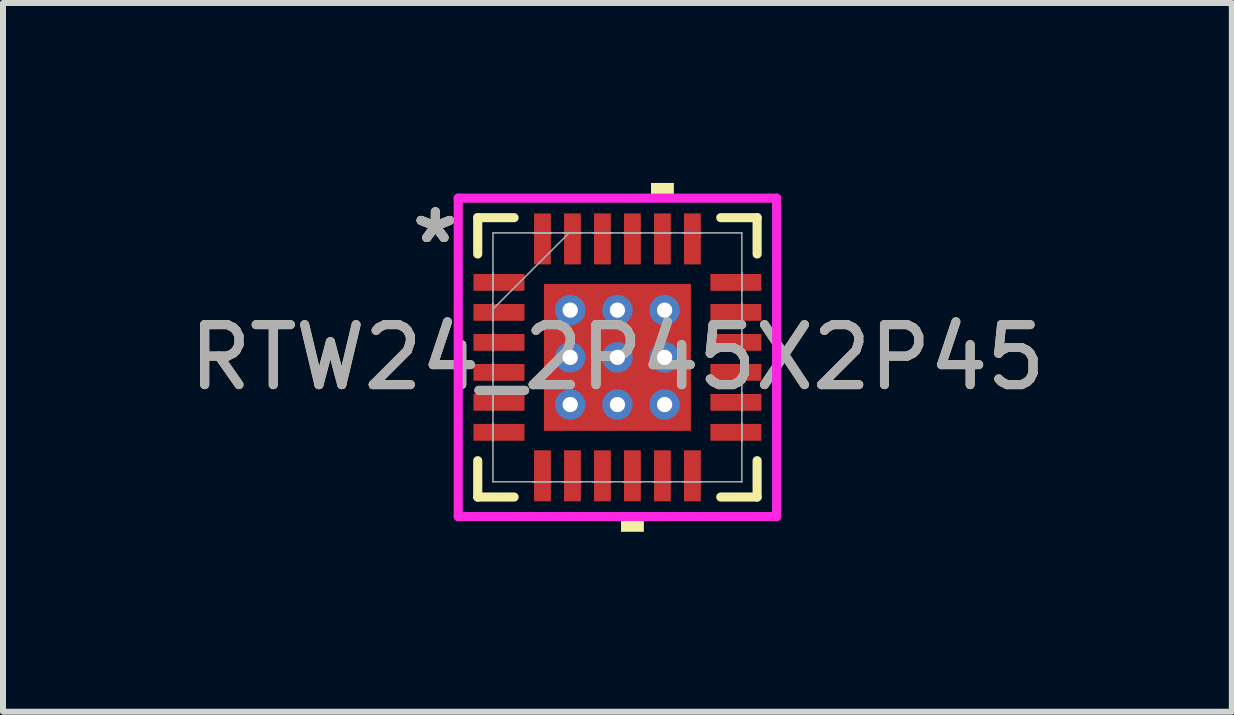
<source format=kicad_pcb>
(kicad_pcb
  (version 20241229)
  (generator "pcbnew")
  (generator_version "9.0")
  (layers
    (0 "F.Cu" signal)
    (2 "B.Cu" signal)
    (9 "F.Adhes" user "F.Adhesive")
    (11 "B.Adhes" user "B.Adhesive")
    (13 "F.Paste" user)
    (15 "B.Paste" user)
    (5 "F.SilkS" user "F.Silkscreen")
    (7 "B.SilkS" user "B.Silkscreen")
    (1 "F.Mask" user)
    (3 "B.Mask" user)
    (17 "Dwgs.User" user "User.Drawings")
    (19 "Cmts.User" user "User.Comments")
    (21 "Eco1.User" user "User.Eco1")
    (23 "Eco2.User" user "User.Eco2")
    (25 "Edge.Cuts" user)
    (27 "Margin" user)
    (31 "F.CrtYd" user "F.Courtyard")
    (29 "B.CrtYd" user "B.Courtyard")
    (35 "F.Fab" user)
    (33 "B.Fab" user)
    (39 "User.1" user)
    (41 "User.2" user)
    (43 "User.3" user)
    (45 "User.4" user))
  (footprint "RTW24_2P45X2P45"
    (layer "F.Cu")
    (at 7.244 2.908)
    (property "Reference" "RTW24_2P45X2P45" (at 0 0 0) (unlocked yes) (layer "F.SilkS") (effects (font (size 1 1) (thickness 0.15))))
    (attr smd)
    (fp_poly (pts (xy -2.47 -1.46) (xy -2.47 -1.04) (xy -1.48 -1.04) (xy -1.48 -1.46)) (stroke (width 0) (type solid)) (fill yes) (layer "F.Mask"))
    (fp_poly (pts (xy -2.47 -0.96) (xy -2.47 -0.54) (xy -1.48 -0.54) (xy -1.48 -0.96)) (stroke (width 0) (type solid)) (fill yes) (layer "F.Mask"))
    (fp_poly (pts (xy -2.47 -0.46) (xy -2.47 -0.04) (xy -1.48 -0.04) (xy -1.48 -0.46)) (stroke (width 0) (type solid)) (fill yes) (layer "F.Mask"))
    (fp_poly (pts (xy -2.47 0.04) (xy -2.47 0.46) (xy -1.48 0.46) (xy -1.48 0.04)) (stroke (width 0) (type solid)) (fill yes) (layer "F.Mask"))
    (fp_poly (pts (xy -2.47 0.54) (xy -2.47 0.96) (xy -1.48 0.96) (xy -1.48 0.54)) (stroke (width 0) (type solid)) (fill yes) (layer "F.Mask"))
    (fp_poly (pts (xy -2.47 1.04) (xy -2.47 1.46) (xy -1.48 1.46) (xy -1.48 1.04)) (stroke (width 0) (type solid)) (fill yes) (layer "F.Mask"))
    (fp_poly (pts (xy -1.46 -2.47) (xy -1.46 -1.48) (xy -1.04 -1.48) (xy -1.04 -2.47)) (stroke (width 0) (type solid)) (fill yes) (layer "F.Mask"))
    (fp_poly (pts (xy -1.46 1.48) (xy -1.46 2.47) (xy -1.04 2.47) (xy -1.04 1.48)) (stroke (width 0) (type solid)) (fill yes) (layer "F.Mask"))
    (fp_poly (pts (xy -1.288 -1.288) (xy -0.987 -1.288) (xy -0.987 1.288) (xy -1.288 1.288)) (stroke (width 0) (type solid)) (fill yes) (layer "F.Mask"))
    (fp_poly (pts (xy -1.288 -1.288) (xy 1.288 -1.288) (xy 1.288 -0.987) (xy -1.288 -0.987)) (stroke (width 0) (type solid)) (fill yes) (layer "F.Mask"))
    (fp_poly (pts (xy -1.288 -0.587) (xy 1.288 -0.587) (xy 1.288 -0.2) (xy -1.288 -0.2)) (stroke (width 0) (type solid)) (fill yes) (layer "F.Mask"))
    (fp_poly (pts (xy -1.288 0.2) (xy 1.288 0.2) (xy 1.288 0.587) (xy -1.288 0.587)) (stroke (width 0) (type solid)) (fill yes) (layer "F.Mask"))
    (fp_poly (pts (xy -1.288 0.987) (xy 1.288 0.987) (xy 1.288 1.288) (xy -1.288 1.288)) (stroke (width 0) (type solid)) (fill yes) (layer "F.Mask"))
    (fp_poly (pts (xy -0.96 -2.47) (xy -0.96 -1.48) (xy -0.54 -1.48) (xy -0.54 -2.47)) (stroke (width 0) (type solid)) (fill yes) (layer "F.Mask"))
    (fp_poly (pts (xy -0.96 1.48) (xy -0.96 2.47) (xy -0.54 2.47) (xy -0.54 1.48)) (stroke (width 0) (type solid)) (fill yes) (layer "F.Mask"))
    (fp_poly (pts (xy -0.46 -2.47) (xy -0.46 -1.48) (xy -0.04 -1.48) (xy -0.04 -2.47)) (stroke (width 0) (type solid)) (fill yes) (layer "F.Mask"))
    (fp_poly (pts (xy -0.46 1.48) (xy -0.46 2.47) (xy -0.04 2.47) (xy -0.04 1.48)) (stroke (width 0) (type solid)) (fill yes) (layer "F.Mask"))
    (fp_poly (pts (xy -0.2 -1.288) (xy -0.587 -1.288) (xy -0.587 1.288) (xy -0.2 1.288)) (stroke (width 0) (type solid)) (fill yes) (layer "F.Mask"))
    (fp_poly (pts (xy 0.04 -2.47) (xy 0.04 -1.48) (xy 0.46 -1.48) (xy 0.46 -2.47)) (stroke (width 0) (type solid)) (fill yes) (layer "F.Mask"))
    (fp_poly (pts (xy 0.04 1.48) (xy 0.04 2.47) (xy 0.46 2.47) (xy 0.46 1.48)) (stroke (width 0) (type solid)) (fill yes) (layer "F.Mask"))
    (fp_poly (pts (xy 0.54 -2.47) (xy 0.54 -1.48) (xy 0.96 -1.48) (xy 0.96 -2.47)) (stroke (width 0) (type solid)) (fill yes) (layer "F.Mask"))
    (fp_poly (pts (xy 0.54 1.48) (xy 0.54 2.47) (xy 0.96 2.47) (xy 0.96 1.48)) (stroke (width 0) (type solid)) (fill yes) (layer "F.Mask"))
    (fp_poly (pts (xy 0.587 -1.288) (xy 0.2 -1.288) (xy 0.2 1.288) (xy 0.587 1.288)) (stroke (width 0) (type solid)) (fill yes) (layer "F.Mask"))
    (fp_poly (pts (xy 0.987 -1.288) (xy 1.288 -1.288) (xy 1.288 1.288) (xy 0.987 1.288)) (stroke (width 0) (type solid)) (fill yes) (layer "F.Mask"))
    (fp_poly (pts (xy 1.04 -2.47) (xy 1.04 -1.48) (xy 1.46 -1.48) (xy 1.46 -2.47)) (stroke (width 0) (type solid)) (fill yes) (layer "F.Mask"))
    (fp_poly (pts (xy 1.04 1.48) (xy 1.04 2.47) (xy 1.46 2.47) (xy 1.46 1.48)) (stroke (width 0) (type solid)) (fill yes) (layer "F.Mask"))
    (fp_poly (pts (xy 1.48 -1.46) (xy 1.48 -1.04) (xy 2.47 -1.04) (xy 2.47 -1.46)) (stroke (width 0) (type solid)) (fill yes) (layer "F.Mask"))
    (fp_poly (pts (xy 1.48 -0.96) (xy 1.48 -0.54) (xy 2.47 -0.54) (xy 2.47 -0.96)) (stroke (width 0) (type solid)) (fill yes) (layer "F.Mask"))
    (fp_poly (pts (xy 1.48 -0.46) (xy 1.48 -0.04) (xy 2.47 -0.04) (xy 2.47 -0.46)) (stroke (width 0) (type solid)) (fill yes) (layer "F.Mask"))
    (fp_poly (pts (xy 1.48 0.04) (xy 1.48 0.46) (xy 2.47 0.46) (xy 2.47 0.04)) (stroke (width 0) (type solid)) (fill yes) (layer "F.Mask"))
    (fp_poly (pts (xy 1.48 0.54) (xy 1.48 0.96) (xy 2.47 0.96) (xy 2.47 0.54)) (stroke (width 0) (type solid)) (fill yes) (layer "F.Mask"))
    (fp_poly (pts (xy 1.48 1.04) (xy 1.48 1.46) (xy 2.47 1.46) (xy 2.47 1.04)) (stroke (width 0) (type solid)) (fill yes) (layer "F.Mask"))
    (fp_line (start -2.329 -2.329) (end -2.329 -1.723) (stroke (width 0.152) (type solid)) (layer "F.SilkS"))
    (fp_line (start -2.329 1.723) (end -2.329 2.329) (stroke (width 0.152) (type solid)) (layer "F.SilkS"))
    (fp_line (start -2.329 2.329) (end -1.723 2.329) (stroke (width 0.152) (type solid)) (layer "F.SilkS"))
    (fp_line (start -1.723 -2.329) (end -2.329 -2.329) (stroke (width 0.152) (type solid)) (layer "F.SilkS"))
    (fp_line (start 1.723 2.329) (end 2.329 2.329) (stroke (width 0.152) (type solid)) (layer "F.SilkS"))
    (fp_line (start 2.329 -2.329) (end 1.723 -2.329) (stroke (width 0.152) (type solid)) (layer "F.SilkS"))
    (fp_line (start 2.329 -1.723) (end 2.329 -2.329) (stroke (width 0.152) (type solid)) (layer "F.SilkS"))
    (fp_line (start 2.329 2.329) (end 2.329 1.723) (stroke (width 0.152) (type solid)) (layer "F.SilkS"))
    (fp_poly (pts (xy 0.06 2.654) (xy 0.06 2.908) (xy 0.441 2.908) (xy 0.441 2.654)) (stroke (width 0) (type solid)) (fill yes) (layer "F.SilkS"))
    (fp_poly (pts (xy 0.56 -2.654) (xy 0.56 -2.908) (xy 0.941 -2.908) (xy 0.941 -2.654)) (stroke (width 0) (type solid)) (fill yes) (layer "F.SilkS"))
    (fp_poly (pts (xy -2.375 -1.365) (xy -2.375 -1.135) (xy -1.575 -1.135) (xy -1.575 -1.365)) (stroke (width 0) (type solid)) (fill yes) (layer "F.Paste"))
    (fp_poly (pts (xy -2.375 -0.865) (xy -2.375 -0.635) (xy -1.575 -0.635) (xy -1.575 -0.865)) (stroke (width 0) (type solid)) (fill yes) (layer "F.Paste"))
    (fp_poly (pts (xy -2.375 -0.365) (xy -2.375 -0.135) (xy -1.575 -0.135) (xy -1.575 -0.365)) (stroke (width 0) (type solid)) (fill yes) (layer "F.Paste"))
    (fp_poly (pts (xy -2.375 0.135) (xy -2.375 0.365) (xy -1.575 0.365) (xy -1.575 0.135)) (stroke (width 0) (type solid)) (fill yes) (layer "F.Paste"))
    (fp_poly (pts (xy -2.375 0.635) (xy -2.375 0.865) (xy -1.575 0.865) (xy -1.575 0.635)) (stroke (width 0) (type solid)) (fill yes) (layer "F.Paste"))
    (fp_poly (pts (xy -2.375 1.135) (xy -2.375 1.365) (xy -1.575 1.365) (xy -1.575 1.135)) (stroke (width 0) (type solid)) (fill yes) (layer "F.Paste"))
    (fp_poly (pts (xy -1.365 -2.375) (xy -1.365 -1.575) (xy -1.135 -1.575) (xy -1.135 -2.375)) (stroke (width 0) (type solid)) (fill yes) (layer "F.Paste"))
    (fp_poly (pts (xy -1.365 1.575) (xy -1.365 2.375) (xy -1.135 2.375) (xy -1.135 1.575)) (stroke (width 0) (type solid)) (fill yes) (layer "F.Paste"))
    (fp_poly (pts (xy -0.865 -2.375) (xy -0.865 -1.575) (xy -0.635 -1.575) (xy -0.635 -2.375)) (stroke (width 0) (type solid)) (fill yes) (layer "F.Paste"))
    (fp_poly (pts (xy -0.865 1.575) (xy -0.865 2.375) (xy -0.635 2.375) (xy -0.635 1.575)) (stroke (width 0) (type solid)) (fill yes) (layer "F.Paste"))
    (fp_poly (pts (xy -0.365 -2.375) (xy -0.365 -1.575) (xy -0.135 -1.575) (xy -0.135 -2.375)) (stroke (width 0) (type solid)) (fill yes) (layer "F.Paste"))
    (fp_poly (pts (xy -0.365 1.575) (xy -0.365 2.375) (xy -0.135 2.375) (xy -0.135 1.575)) (stroke (width 0) (type solid)) (fill yes) (layer "F.Paste"))
    (fp_poly (pts (xy 0.135 -2.375) (xy 0.135 -1.575) (xy 0.365 -1.575) (xy 0.365 -2.375)) (stroke (width 0) (type solid)) (fill yes) (layer "F.Paste"))
    (fp_poly (pts (xy 0.135 1.575) (xy 0.135 2.375) (xy 0.365 2.375) (xy 0.365 1.575)) (stroke (width 0) (type solid)) (fill yes) (layer "F.Paste"))
    (fp_poly (pts (xy 0.635 -2.375) (xy 0.635 -1.575) (xy 0.865 -1.575) (xy 0.865 -2.375)) (stroke (width 0) (type solid)) (fill yes) (layer "F.Paste"))
    (fp_poly (pts (xy 0.635 1.575) (xy 0.635 2.375) (xy 0.865 2.375) (xy 0.865 1.575)) (stroke (width 0) (type solid)) (fill yes) (layer "F.Paste"))
    (fp_poly (pts (xy 1.135 -2.375) (xy 1.135 -1.575) (xy 1.365 -1.575) (xy 1.365 -2.375)) (stroke (width 0) (type solid)) (fill yes) (layer "F.Paste"))
    (fp_poly (pts (xy 1.135 1.575) (xy 1.135 2.375) (xy 1.365 2.375) (xy 1.365 1.575)) (stroke (width 0) (type solid)) (fill yes) (layer "F.Paste"))
    (fp_poly (pts (xy 1.575 -1.365) (xy 1.575 -1.135) (xy 2.375 -1.135) (xy 2.375 -1.365)) (stroke (width 0) (type solid)) (fill yes) (layer "F.Paste"))
    (fp_poly (pts (xy 1.575 -0.865) (xy 1.575 -0.635) (xy 2.375 -0.635) (xy 2.375 -0.865)) (stroke (width 0) (type solid)) (fill yes) (layer "F.Paste"))
    (fp_poly (pts (xy 1.575 -0.365) (xy 1.575 -0.135) (xy 2.375 -0.135) (xy 2.375 -0.365)) (stroke (width 0) (type solid)) (fill yes) (layer "F.Paste"))
    (fp_poly (pts (xy 1.575 0.135) (xy 1.575 0.365) (xy 2.375 0.365) (xy 2.375 0.135)) (stroke (width 0) (type solid)) (fill yes) (layer "F.Paste"))
    (fp_poly (pts (xy 1.575 0.635) (xy 1.575 0.865) (xy 2.375 0.865) (xy 2.375 0.635)) (stroke (width 0) (type solid)) (fill yes) (layer "F.Paste"))
    (fp_poly (pts (xy 1.575 1.135) (xy 1.575 1.365) (xy 2.375 1.365) (xy 2.375 1.135)) (stroke (width 0) (type solid)) (fill yes) (layer "F.Paste"))
    (fp_poly (pts (xy -1.15 -1.15) (xy -1.15 -0.887) (xy -1.029 -0.887) (xy -0.887 -1.029) (xy -0.887 -1.15)) (stroke (width 0) (type solid)) (fill yes) (layer "F.Paste"))
    (fp_poly (pts (xy -1.15 0.887) (xy -1.15 1.15) (xy -0.887 1.15) (xy -0.887 1.029) (xy -1.029 0.887)) (stroke (width 0) (type solid)) (fill yes) (layer "F.Paste"))
    (fp_poly (pts (xy 0.887 -1.15) (xy 0.887 -1.029) (xy 1.029 -0.887) (xy 1.15 -0.887) (xy 1.15 -1.15)) (stroke (width 0) (type solid)) (fill yes) (layer "F.Paste"))
    (fp_poly (pts (xy 1.029 0.887) (xy 0.887 1.029) (xy 0.887 1.15) (xy 1.15 1.15) (xy 1.15 0.887)) (stroke (width 0) (type solid)) (fill yes) (layer "F.Paste"))
    (fp_poly (pts (xy -1.15 -0.687) (xy -1.15 -0.1) (xy -1.029 -0.1) (xy -0.887 -0.241) (xy -0.887 -0.546) (xy -1.029 -0.687)) (stroke (width 0) (type solid)) (fill yes) (layer "F.Paste"))
    (fp_poly (pts (xy -1.15 0.1) (xy -1.15 0.687) (xy -1.029 0.687) (xy -0.887 0.546) (xy -0.887 0.241) (xy -1.029 0.1)) (stroke (width 0) (type solid)) (fill yes) (layer "F.Paste"))
    (fp_poly (pts (xy -0.687 -1.15) (xy -0.687 -1.029) (xy -0.546 -0.887) (xy -0.241 -0.887) (xy -0.1 -1.029) (xy -0.1 -1.15)) (stroke (width 0) (type solid)) (fill yes) (layer "F.Paste"))
    (fp_poly (pts (xy -0.546 0.887) (xy -0.687 1.029) (xy -0.687 1.15) (xy -0.1 1.15) (xy -0.1 1.029) (xy -0.241 0.887)) (stroke (width 0) (type solid)) (fill yes) (layer "F.Paste"))
    (fp_poly (pts (xy 0.1 -1.15) (xy 0.1 -1.029) (xy 0.241 -0.887) (xy 0.546 -0.887) (xy 0.687 -1.029) (xy 0.687 -1.15)) (stroke (width 0) (type solid)) (fill yes) (layer "F.Paste"))
    (fp_poly (pts (xy 0.241 0.887) (xy 0.1 1.029) (xy 0.1 1.15) (xy 0.687 1.15) (xy 0.687 1.029) (xy 0.546 0.887)) (stroke (width 0) (type solid)) (fill yes) (layer "F.Paste"))
    (fp_poly (pts (xy 1.029 -0.687) (xy 0.887 -0.546) (xy 0.887 -0.241) (xy 1.029 -0.1) (xy 1.15 -0.1) (xy 1.15 -0.687)) (stroke (width 0) (type solid)) (fill yes) (layer "F.Paste"))
    (fp_poly (pts (xy 1.029 0.1) (xy 0.887 0.241) (xy 0.887 0.546) (xy 1.029 0.687) (xy 1.15 0.687) (xy 1.15 0.1)) (stroke (width 0) (type solid)) (fill yes) (layer "F.Paste"))
    (fp_poly (pts (xy -0.546 -0.687) (xy -0.687 -0.546) (xy -0.687 -0.241) (xy -0.546 -0.1) (xy -0.241 -0.1) (xy -0.1 -0.241) (xy -0.1 -0.546) (xy -0.241 -0.687)) (stroke (width 0) (type solid)) (fill yes) (layer "F.Paste"))
    (fp_poly (pts (xy -0.546 0.1) (xy -0.687 0.241) (xy -0.687 0.546) (xy -0.546 0.687) (xy -0.241 0.687) (xy -0.1 0.546) (xy -0.1 0.241) (xy -0.241 0.1)) (stroke (width 0) (type solid)) (fill yes) (layer "F.Paste"))
    (fp_poly (pts (xy 0.241 -0.687) (xy 0.1 -0.546) (xy 0.1 -0.241) (xy 0.241 -0.1) (xy 0.546 -0.1) (xy 0.687 -0.241) (xy 0.687 -0.546) (xy 0.546 -0.687)) (stroke (width 0) (type solid)) (fill yes) (layer "F.Paste"))
    (fp_poly (pts (xy 0.241 0.1) (xy 0.1 0.241) (xy 0.1 0.546) (xy 0.241 0.687) (xy 0.546 0.687) (xy 0.687 0.546) (xy 0.687 0.241) (xy 0.546 0.1)) (stroke (width 0) (type solid)) (fill yes) (layer "F.Paste"))
    (fp_line (start -2.654 -2.654) (end 2.654 -2.654) (stroke (width 0.152) (type solid)) (layer "F.CrtYd"))
    (fp_line (start -2.654 2.654) (end -2.654 -2.654) (stroke (width 0.152) (type solid)) (layer "F.CrtYd"))
    (fp_line (start 2.654 -2.654) (end 2.654 2.654) (stroke (width 0.152) (type solid)) (layer "F.CrtYd"))
    (fp_line (start 2.654 2.654) (end -2.654 2.654) (stroke (width 0.152) (type solid)) (layer "F.CrtYd"))
    (fp_line (start -2.075 -2.075) (end -2.075 2.075) (stroke (width 0.025) (type solid)) (layer "F.Fab"))
    (fp_line (start -2.075 -1.4) (end -2.075 -1.4) (stroke (width 0.025) (type solid)) (layer "F.Fab"))
    (fp_line (start -2.075 -1.4) (end -2.075 -1.1) (stroke (width 0.025) (type solid)) (layer "F.Fab"))
    (fp_line (start -2.075 -1.1) (end -2.075 -1.4) (stroke (width 0.025) (type solid)) (layer "F.Fab"))
    (fp_line (start -2.075 -1.1) (end -2.075 -1.1) (stroke (width 0.025) (type solid)) (layer "F.Fab"))
    (fp_line (start -2.075 -0.9) (end -2.075 -0.9) (stroke (width 0.025) (type solid)) (layer "F.Fab"))
    (fp_line (start -2.075 -0.9) (end -2.075 -0.6) (stroke (width 0.025) (type solid)) (layer "F.Fab"))
    (fp_line (start -2.075 -0.805) (end -0.805 -2.075) (stroke (width 0.025) (type solid)) (layer "F.Fab"))
    (fp_line (start -2.075 -0.6) (end -2.075 -0.9) (stroke (width 0.025) (type solid)) (layer "F.Fab"))
    (fp_line (start -2.075 -0.6) (end -2.075 -0.6) (stroke (width 0.025) (type solid)) (layer "F.Fab"))
    (fp_line (start -2.075 -0.4) (end -2.075 -0.4) (stroke (width 0.025) (type solid)) (layer "F.Fab"))
    (fp_line (start -2.075 -0.4) (end -2.075 -0.1) (stroke (width 0.025) (type solid)) (layer "F.Fab"))
    (fp_line (start -2.075 -0.1) (end -2.075 -0.4) (stroke (width 0.025) (type solid)) (layer "F.Fab"))
    (fp_line (start -2.075 -0.1) (end -2.075 -0.1) (stroke (width 0.025) (type solid)) (layer "F.Fab"))
    (fp_line (start -2.075 0.1) (end -2.075 0.1) (stroke (width 0.025) (type solid)) (layer "F.Fab"))
    (fp_line (start -2.075 0.1) (end -2.075 0.4) (stroke (width 0.025) (type solid)) (layer "F.Fab"))
    (fp_line (start -2.075 0.4) (end -2.075 0.1) (stroke (width 0.025) (type solid)) (layer "F.Fab"))
    (fp_line (start -2.075 0.4) (end -2.075 0.4) (stroke (width 0.025) (type solid)) (layer "F.Fab"))
    (fp_line (start -2.075 0.6) (end -2.075 0.6) (stroke (width 0.025) (type solid)) (layer "F.Fab"))
    (fp_line (start -2.075 0.6) (end -2.075 0.9) (stroke (width 0.025) (type solid)) (layer "F.Fab"))
    (fp_line (start -2.075 0.9) (end -2.075 0.6) (stroke (width 0.025) (type solid)) (layer "F.Fab"))
    (fp_line (start -2.075 0.9) (end -2.075 0.9) (stroke (width 0.025) (type solid)) (layer "F.Fab"))
    (fp_line (start -2.075 1.1) (end -2.075 1.1) (stroke (width 0.025) (type solid)) (layer "F.Fab"))
    (fp_line (start -2.075 1.1) (end -2.075 1.4) (stroke (width 0.025) (type solid)) (layer "F.Fab"))
    (fp_line (start -2.075 1.4) (end -2.075 1.1) (stroke (width 0.025) (type solid)) (layer "F.Fab"))
    (fp_line (start -2.075 1.4) (end -2.075 1.4) (stroke (width 0.025) (type solid)) (layer "F.Fab"))
    (fp_line (start -2.075 2.075) (end 2.075 2.075) (stroke (width 0.025) (type solid)) (layer "F.Fab"))
    (fp_line (start -1.4 -2.075) (end -1.4 -2.075) (stroke (width 0.025) (type solid)) (layer "F.Fab"))
    (fp_line (start -1.4 -2.075) (end -1.1 -2.075) (stroke (width 0.025) (type solid)) (layer "F.Fab"))
    (fp_line (start -1.4 2.075) (end -1.4 2.075) (stroke (width 0.025) (type solid)) (layer "F.Fab"))
    (fp_line (start -1.4 2.075) (end -1.1 2.075) (stroke (width 0.025) (type solid)) (layer "F.Fab"))
    (fp_line (start -1.1 -2.075) (end -1.4 -2.075) (stroke (width 0.025) (type solid)) (layer "F.Fab"))
    (fp_line (start -1.1 -2.075) (end -1.1 -2.075) (stroke (width 0.025) (type solid)) (layer "F.Fab"))
    (fp_line (start -1.1 2.075) (end -1.4 2.075) (stroke (width 0.025) (type solid)) (layer "F.Fab"))
    (fp_line (start -1.1 2.075) (end -1.1 2.075) (stroke (width 0.025) (type solid)) (layer "F.Fab"))
    (fp_line (start -0.9 -2.075) (end -0.9 -2.075) (stroke (width 0.025) (type solid)) (layer "F.Fab"))
    (fp_line (start -0.9 -2.075) (end -0.6 -2.075) (stroke (width 0.025) (type solid)) (layer "F.Fab"))
    (fp_line (start -0.9 2.075) (end -0.9 2.075) (stroke (width 0.025) (type solid)) (layer "F.Fab"))
    (fp_line (start -0.9 2.075) (end -0.6 2.075) (stroke (width 0.025) (type solid)) (layer "F.Fab"))
    (fp_line (start -0.6 -2.075) (end -0.9 -2.075) (stroke (width 0.025) (type solid)) (layer "F.Fab"))
    (fp_line (start -0.6 -2.075) (end -0.6 -2.075) (stroke (width 0.025) (type solid)) (layer "F.Fab"))
    (fp_line (start -0.6 2.075) (end -0.9 2.075) (stroke (width 0.025) (type solid)) (layer "F.Fab"))
    (fp_line (start -0.6 2.075) (end -0.6 2.075) (stroke (width 0.025) (type solid)) (layer "F.Fab"))
    (fp_line (start -0.4 -2.075) (end -0.4 -2.075) (stroke (width 0.025) (type solid)) (layer "F.Fab"))
    (fp_line (start -0.4 -2.075) (end -0.1 -2.075) (stroke (width 0.025) (type solid)) (layer "F.Fab"))
    (fp_line (start -0.4 2.075) (end -0.4 2.075) (stroke (width 0.025) (type solid)) (layer "F.Fab"))
    (fp_line (start -0.4 2.075) (end -0.1 2.075) (stroke (width 0.025) (type solid)) (layer "F.Fab"))
    (fp_line (start -0.1 -2.075) (end -0.4 -2.075) (stroke (width 0.025) (type solid)) (layer "F.Fab"))
    (fp_line (start -0.1 -2.075) (end -0.1 -2.075) (stroke (width 0.025) (type solid)) (layer "F.Fab"))
    (fp_line (start -0.1 2.075) (end -0.4 2.075) (stroke (width 0.025) (type solid)) (layer "F.Fab"))
    (fp_line (start -0.1 2.075) (end -0.1 2.075) (stroke (width 0.025) (type solid)) (layer "F.Fab"))
    (fp_line (start 0.1 -2.075) (end 0.1 -2.075) (stroke (width 0.025) (type solid)) (layer "F.Fab"))
    (fp_line (start 0.1 -2.075) (end 0.4 -2.075) (stroke (width 0.025) (type solid)) (layer "F.Fab"))
    (fp_line (start 0.1 2.075) (end 0.1 2.075) (stroke (width 0.025) (type solid)) (layer "F.Fab"))
    (fp_line (start 0.1 2.075) (end 0.4 2.075) (stroke (width 0.025) (type solid)) (layer "F.Fab"))
    (fp_line (start 0.4 -2.075) (end 0.1 -2.075) (stroke (width 0.025) (type solid)) (layer "F.Fab"))
    (fp_line (start 0.4 -2.075) (end 0.4 -2.075) (stroke (width 0.025) (type solid)) (layer "F.Fab"))
    (fp_line (start 0.4 2.075) (end 0.1 2.075) (stroke (width 0.025) (type solid)) (layer "F.Fab"))
    (fp_line (start 0.4 2.075) (end 0.4 2.075) (stroke (width 0.025) (type solid)) (layer "F.Fab"))
    (fp_line (start 0.6 -2.075) (end 0.6 -2.075) (stroke (width 0.025) (type solid)) (layer "F.Fab"))
    (fp_line (start 0.6 -2.075) (end 0.9 -2.075) (stroke (width 0.025) (type solid)) (layer "F.Fab"))
    (fp_line (start 0.6 2.075) (end 0.6 2.075) (stroke (width 0.025) (type solid)) (layer "F.Fab"))
    (fp_line (start 0.6 2.075) (end 0.9 2.075) (stroke (width 0.025) (type solid)) (layer "F.Fab"))
    (fp_line (start 0.9 -2.075) (end 0.6 -2.075) (stroke (width 0.025) (type solid)) (layer "F.Fab"))
    (fp_line (start 0.9 -2.075) (end 0.9 -2.075) (stroke (width 0.025) (type solid)) (layer "F.Fab"))
    (fp_line (start 0.9 2.075) (end 0.6 2.075) (stroke (width 0.025) (type solid)) (layer "F.Fab"))
    (fp_line (start 0.9 2.075) (end 0.9 2.075) (stroke (width 0.025) (type solid)) (layer "F.Fab"))
    (fp_line (start 1.1 -2.075) (end 1.1 -2.075) (stroke (width 0.025) (type solid)) (layer "F.Fab"))
    (fp_line (start 1.1 -2.075) (end 1.4 -2.075) (stroke (width 0.025) (type solid)) (layer "F.Fab"))
    (fp_line (start 1.1 2.075) (end 1.1 2.075) (stroke (width 0.025) (type solid)) (layer "F.Fab"))
    (fp_line (start 1.1 2.075) (end 1.4 2.075) (stroke (width 0.025) (type solid)) (layer "F.Fab"))
    (fp_line (start 1.4 -2.075) (end 1.1 -2.075) (stroke (width 0.025) (type solid)) (layer "F.Fab"))
    (fp_line (start 1.4 -2.075) (end 1.4 -2.075) (stroke (width 0.025) (type solid)) (layer "F.Fab"))
    (fp_line (start 1.4 2.075) (end 1.1 2.075) (stroke (width 0.025) (type solid)) (layer "F.Fab"))
    (fp_line (start 1.4 2.075) (end 1.4 2.075) (stroke (width 0.025) (type solid)) (layer "F.Fab"))
    (fp_line (start 2.075 -2.075) (end -2.075 -2.075) (stroke (width 0.025) (type solid)) (layer "F.Fab"))
    (fp_line (start 2.075 -1.4) (end 2.075 -1.4) (stroke (width 0.025) (type solid)) (layer "F.Fab"))
    (fp_line (start 2.075 -1.4) (end 2.075 -1.1) (stroke (width 0.025) (type solid)) (layer "F.Fab"))
    (fp_line (start 2.075 -1.1) (end 2.075 -1.4) (stroke (width 0.025) (type solid)) (layer "F.Fab"))
    (fp_line (start 2.075 -1.1) (end 2.075 -1.1) (stroke (width 0.025) (type solid)) (layer "F.Fab"))
    (fp_line (start 2.075 -0.9) (end 2.075 -0.9) (stroke (width 0.025) (type solid)) (layer "F.Fab"))
    (fp_line (start 2.075 -0.9) (end 2.075 -0.6) (stroke (width 0.025) (type solid)) (layer "F.Fab"))
    (fp_line (start 2.075 -0.6) (end 2.075 -0.9) (stroke (width 0.025) (type solid)) (layer "F.Fab"))
    (fp_line (start 2.075 -0.6) (end 2.075 -0.6) (stroke (width 0.025) (type solid)) (layer "F.Fab"))
    (fp_line (start 2.075 -0.4) (end 2.075 -0.4) (stroke (width 0.025) (type solid)) (layer "F.Fab"))
    (fp_line (start 2.075 -0.4) (end 2.075 -0.1) (stroke (width 0.025) (type solid)) (layer "F.Fab"))
    (fp_line (start 2.075 -0.1) (end 2.075 -0.4) (stroke (width 0.025) (type solid)) (layer "F.Fab"))
    (fp_line (start 2.075 -0.1) (end 2.075 -0.1) (stroke (width 0.025) (type solid)) (layer "F.Fab"))
    (fp_line (start 2.075 0.1) (end 2.075 0.1) (stroke (width 0.025) (type solid)) (layer "F.Fab"))
    (fp_line (start 2.075 0.1) (end 2.075 0.4) (stroke (width 0.025) (type solid)) (layer "F.Fab"))
    (fp_line (start 2.075 0.4) (end 2.075 0.1) (stroke (width 0.025) (type solid)) (layer "F.Fab"))
    (fp_line (start 2.075 0.4) (end 2.075 0.4) (stroke (width 0.025) (type solid)) (layer "F.Fab"))
    (fp_line (start 2.075 0.6) (end 2.075 0.6) (stroke (width 0.025) (type solid)) (layer "F.Fab"))
    (fp_line (start 2.075 0.6) (end 2.075 0.9) (stroke (width 0.025) (type solid)) (layer "F.Fab"))
    (fp_line (start 2.075 0.9) (end 2.075 0.6) (stroke (width 0.025) (type solid)) (layer "F.Fab"))
    (fp_line (start 2.075 0.9) (end 2.075 0.9) (stroke (width 0.025) (type solid)) (layer "F.Fab"))
    (fp_line (start 2.075 1.1) (end 2.075 1.1) (stroke (width 0.025) (type solid)) (layer "F.Fab"))
    (fp_line (start 2.075 1.1) (end 2.075 1.4) (stroke (width 0.025) (type solid)) (layer "F.Fab"))
    (fp_line (start 2.075 1.4) (end 2.075 1.1) (stroke (width 0.025) (type solid)) (layer "F.Fab"))
    (fp_line (start 2.075 1.4) (end 2.075 1.4) (stroke (width 0.025) (type solid)) (layer "F.Fab"))
    (fp_line (start 2.075 2.075) (end 2.075 -2.075) (stroke (width 0.025) (type solid)) (layer "F.Fab"))
    (fp_text user "*" (at -3.035 -1.881 0) (layer "F.SilkS") (effects (font (size 1 1) (thickness 0.15))))
    (fp_text user "*" (at -3.035 -1.881 0) (unlocked yes) (layer "F.SilkS") (effects (font (size 1 1) (thickness 0.15))))
    (fp_text user "*" (at -3.035 -1.881 0) (layer "F.Fab") (effects (font (size 1 1) (thickness 0.15))))
    (fp_text user "${REFERENCE}" (at 0 0 0) (unlocked yes) (layer "F.Fab") (effects (font (size 1 1) (thickness 0.15))))
    (fp_text user "*" (at -3.035 -1.881 0) (unlocked yes) (layer "F.Fab") (effects (font (size 1 1) (thickness 0.15))))
    (pad "1" smd rect (at -1.975 -1.25 90) (size 0.28 0.85) (layers "F.Cu" "F.Mask"))
    (pad "2" smd rect (at -1.975 -0.75 90) (size 0.28 0.85) (layers "F.Cu" "F.Mask"))
    (pad "3" smd rect (at -1.975 -0.25 90) (size 0.28 0.85) (layers "F.Cu" "F.Mask"))
    (pad "4" smd rect (at -1.975 0.25 90) (size 0.28 0.85) (layers "F.Cu" "F.Mask"))
    (pad "5" smd rect (at -1.975 0.75 90) (size 0.28 0.85) (layers "F.Cu" "F.Mask"))
    (pad "6" smd rect (at -1.975 1.25 90) (size 0.28 0.85) (layers "F.Cu" "F.Mask"))
    (pad "7" smd rect (at -1.25 1.975) (size 0.28 0.85) (layers "F.Cu" "F.Mask"))
    (pad "8" smd rect (at -0.75 1.975) (size 0.28 0.85) (layers "F.Cu" "F.Mask"))
    (pad "9" smd rect (at -0.25 1.975) (size 0.28 0.85) (layers "F.Cu" "F.Mask"))
    (pad "10" smd rect (at 0.25 1.975) (size 0.28 0.85) (layers "F.Cu" "F.Mask"))
    (pad "11" smd rect (at 0.75 1.975) (size 0.28 0.85) (layers "F.Cu" "F.Mask"))
    (pad "12" smd rect (at 1.25 1.975) (size 0.28 0.85) (layers "F.Cu" "F.Mask"))
    (pad "13" smd rect (at 1.975 1.25 90) (size 0.28 0.85) (layers "F.Cu" "F.Mask"))
    (pad "14" smd rect (at 1.975 0.75 90) (size 0.28 0.85) (layers "F.Cu" "F.Mask"))
    (pad "15" smd rect (at 1.975 0.25 90) (size 0.28 0.85) (layers "F.Cu" "F.Mask"))
    (pad "16" smd rect (at 1.975 -0.25 90) (size 0.28 0.85) (layers "F.Cu" "F.Mask"))
    (pad "17" smd rect (at 1.975 -0.75 90) (size 0.28 0.85) (layers "F.Cu" "F.Mask"))
    (pad "18" smd rect (at 1.975 -1.25 90) (size 0.28 0.85) (layers "F.Cu" "F.Mask"))
    (pad "19" smd rect (at 1.25 -1.975) (size 0.28 0.85) (layers "F.Cu" "F.Mask"))
    (pad "20" smd rect (at 0.75 -1.975) (size 0.28 0.85) (layers "F.Cu" "F.Mask"))
    (pad "21" smd rect (at 0.25 -1.975) (size 0.28 0.85) (layers "F.Cu" "F.Mask"))
    (pad "22" smd rect (at -0.25 -1.975) (size 0.28 0.85) (layers "F.Cu" "F.Mask"))
    (pad "23" smd rect (at -0.75 -1.975) (size 0.28 0.85) (layers "F.Cu" "F.Mask"))
    (pad "24" smd rect (at -1.25 -1.975) (size 0.28 0.85) (layers "F.Cu" "F.Mask"))
    (pad "25" smd rect (at 0 0) (size 2.45 2.45) (layers "F.Cu"))
    (pad "V" thru_hole circle (at -0.787 -0.787) (size 0.508 0.508) (drill 0.254) (layers "*.Cu" "*.Mask"))
    (pad "V" thru_hole circle (at -0.787 0) (size 0.508 0.508) (drill 0.254) (layers "*.Cu" "*.Mask"))
    (pad "V" thru_hole circle (at -0.787 0.787) (size 0.508 0.508) (drill 0.254) (layers "*.Cu" "*.Mask"))
    (pad "V" thru_hole circle (at 0 -0.787) (size 0.508 0.508) (drill 0.254) (layers "*.Cu" "*.Mask"))
    (pad "V" thru_hole circle (at 0 0) (size 0.508 0.508) (drill 0.254) (layers "*.Cu" "*.Mask"))
    (pad "V" thru_hole circle (at 0 0.787) (size 0.508 0.508) (drill 0.254) (layers "*.Cu" "*.Mask"))
    (pad "V" thru_hole circle (at 0.787 -0.787) (size 0.508 0.508) (drill 0.254) (layers "*.Cu" "*.Mask"))
    (pad "V" thru_hole circle (at 0.787 0) (size 0.508 0.508) (drill 0.254) (layers "*.Cu" "*.Mask"))
    (pad "V" thru_hole circle (at 0.787 0.787) (size 0.508 0.508) (drill 0.254) (layers "*.Cu" "*.Mask")))
  (gr_rect
    (start -3 -3)
    (end 17.488 8.816)
    (stroke (width 0.1) (type default))
    (fill no)
    (layer "Edge.Cuts")))
</source>
